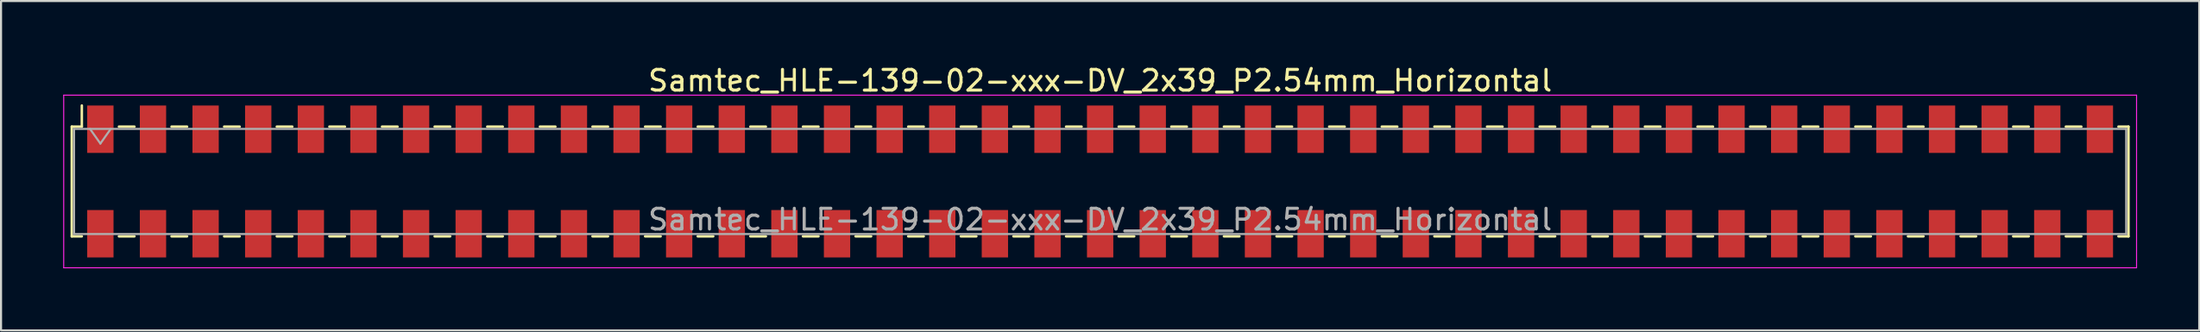
<source format=kicad_pcb>
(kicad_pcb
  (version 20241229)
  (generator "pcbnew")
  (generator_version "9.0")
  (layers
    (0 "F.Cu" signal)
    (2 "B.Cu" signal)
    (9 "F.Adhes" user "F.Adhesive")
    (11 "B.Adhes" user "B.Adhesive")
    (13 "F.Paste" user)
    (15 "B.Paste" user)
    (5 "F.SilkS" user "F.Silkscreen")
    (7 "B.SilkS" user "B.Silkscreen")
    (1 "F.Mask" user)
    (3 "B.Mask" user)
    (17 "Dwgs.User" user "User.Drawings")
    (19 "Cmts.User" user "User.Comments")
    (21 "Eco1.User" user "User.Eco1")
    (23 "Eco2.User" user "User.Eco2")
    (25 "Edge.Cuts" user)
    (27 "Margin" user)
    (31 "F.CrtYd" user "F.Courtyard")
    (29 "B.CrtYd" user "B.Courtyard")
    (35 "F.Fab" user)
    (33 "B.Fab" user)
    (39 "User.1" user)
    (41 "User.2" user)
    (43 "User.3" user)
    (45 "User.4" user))
  (footprint "Samtec_HLE-139-02-xxx-DV_2x39_P2.54mm_Horizontal"
    (layer "F.Cu")
    (at 50.055 5.718)
    (property "Reference" "Samtec_HLE-139-02-xxx-DV_2x39_P2.54mm_Horizontal" (at 0 -4.87 0) (layer "F.SilkS") (effects (font (size 1 1) (thickness 0.15))))
    (attr smd)
    (fp_line (start -49.64 -2.65) (end -49.64 2.65) (stroke (width 0.12) (type solid)) (layer "F.SilkS"))
    (fp_line (start -49.64 2.65) (end -49.155 2.65) (stroke (width 0.12) (type solid)) (layer "F.SilkS"))
    (fp_line (start -49.155 -3.67) (end -49.155 -2.65) (stroke (width 0.12) (type solid)) (layer "F.SilkS"))
    (fp_line (start -49.155 -2.65) (end -49.64 -2.65) (stroke (width 0.12) (type solid)) (layer "F.SilkS"))
    (fp_line (start -47.365 -2.65) (end -46.615 -2.65) (stroke (width 0.12) (type solid)) (layer "F.SilkS"))
    (fp_line (start -47.365 2.65) (end -46.615 2.65) (stroke (width 0.12) (type solid)) (layer "F.SilkS"))
    (fp_line (start -44.825 -2.65) (end -44.075 -2.65) (stroke (width 0.12) (type solid)) (layer "F.SilkS"))
    (fp_line (start -44.825 2.65) (end -44.075 2.65) (stroke (width 0.12) (type solid)) (layer "F.SilkS"))
    (fp_line (start -42.285 -2.65) (end -41.535 -2.65) (stroke (width 0.12) (type solid)) (layer "F.SilkS"))
    (fp_line (start -42.285 2.65) (end -41.535 2.65) (stroke (width 0.12) (type solid)) (layer "F.SilkS"))
    (fp_line (start -39.745 -2.65) (end -38.995 -2.65) (stroke (width 0.12) (type solid)) (layer "F.SilkS"))
    (fp_line (start -39.745 2.65) (end -38.995 2.65) (stroke (width 0.12) (type solid)) (layer "F.SilkS"))
    (fp_line (start -37.205 -2.65) (end -36.455 -2.65) (stroke (width 0.12) (type solid)) (layer "F.SilkS"))
    (fp_line (start -37.205 2.65) (end -36.455 2.65) (stroke (width 0.12) (type solid)) (layer "F.SilkS"))
    (fp_line (start -34.665 -2.65) (end -33.915 -2.65) (stroke (width 0.12) (type solid)) (layer "F.SilkS"))
    (fp_line (start -34.665 2.65) (end -33.915 2.65) (stroke (width 0.12) (type solid)) (layer "F.SilkS"))
    (fp_line (start -32.125 -2.65) (end -31.375 -2.65) (stroke (width 0.12) (type solid)) (layer "F.SilkS"))
    (fp_line (start -32.125 2.65) (end -31.375 2.65) (stroke (width 0.12) (type solid)) (layer "F.SilkS"))
    (fp_line (start -29.585 -2.65) (end -28.835 -2.65) (stroke (width 0.12) (type solid)) (layer "F.SilkS"))
    (fp_line (start -29.585 2.65) (end -28.835 2.65) (stroke (width 0.12) (type solid)) (layer "F.SilkS"))
    (fp_line (start -27.045 -2.65) (end -26.295 -2.65) (stroke (width 0.12) (type solid)) (layer "F.SilkS"))
    (fp_line (start -27.045 2.65) (end -26.295 2.65) (stroke (width 0.12) (type solid)) (layer "F.SilkS"))
    (fp_line (start -24.505 -2.65) (end -23.755 -2.65) (stroke (width 0.12) (type solid)) (layer "F.SilkS"))
    (fp_line (start -24.505 2.65) (end -23.755 2.65) (stroke (width 0.12) (type solid)) (layer "F.SilkS"))
    (fp_line (start -21.965 -2.65) (end -21.215 -2.65) (stroke (width 0.12) (type solid)) (layer "F.SilkS"))
    (fp_line (start -21.965 2.65) (end -21.215 2.65) (stroke (width 0.12) (type solid)) (layer "F.SilkS"))
    (fp_line (start -19.425 -2.65) (end -18.675 -2.65) (stroke (width 0.12) (type solid)) (layer "F.SilkS"))
    (fp_line (start -19.425 2.65) (end -18.675 2.65) (stroke (width 0.12) (type solid)) (layer "F.SilkS"))
    (fp_line (start -16.885 -2.65) (end -16.135 -2.65) (stroke (width 0.12) (type solid)) (layer "F.SilkS"))
    (fp_line (start -16.885 2.65) (end -16.135 2.65) (stroke (width 0.12) (type solid)) (layer "F.SilkS"))
    (fp_line (start -14.345 -2.65) (end -13.595 -2.65) (stroke (width 0.12) (type solid)) (layer "F.SilkS"))
    (fp_line (start -14.345 2.65) (end -13.595 2.65) (stroke (width 0.12) (type solid)) (layer "F.SilkS"))
    (fp_line (start -11.805 -2.65) (end -11.055 -2.65) (stroke (width 0.12) (type solid)) (layer "F.SilkS"))
    (fp_line (start -11.805 2.65) (end -11.055 2.65) (stroke (width 0.12) (type solid)) (layer "F.SilkS"))
    (fp_line (start -9.265 -2.65) (end -8.515 -2.65) (stroke (width 0.12) (type solid)) (layer "F.SilkS"))
    (fp_line (start -9.265 2.65) (end -8.515 2.65) (stroke (width 0.12) (type solid)) (layer "F.SilkS"))
    (fp_line (start -6.725 -2.65) (end -5.975 -2.65) (stroke (width 0.12) (type solid)) (layer "F.SilkS"))
    (fp_line (start -6.725 2.65) (end -5.975 2.65) (stroke (width 0.12) (type solid)) (layer "F.SilkS"))
    (fp_line (start -4.185 -2.65) (end -3.435 -2.65) (stroke (width 0.12) (type solid)) (layer "F.SilkS"))
    (fp_line (start -4.185 2.65) (end -3.435 2.65) (stroke (width 0.12) (type solid)) (layer "F.SilkS"))
    (fp_line (start -1.645 -2.65) (end -0.895 -2.65) (stroke (width 0.12) (type solid)) (layer "F.SilkS"))
    (fp_line (start -1.645 2.65) (end -0.895 2.65) (stroke (width 0.12) (type solid)) (layer "F.SilkS"))
    (fp_line (start 0.895 -2.65) (end 1.645 -2.65) (stroke (width 0.12) (type solid)) (layer "F.SilkS"))
    (fp_line (start 0.895 2.65) (end 1.645 2.65) (stroke (width 0.12) (type solid)) (layer "F.SilkS"))
    (fp_line (start 3.435 -2.65) (end 4.185 -2.65) (stroke (width 0.12) (type solid)) (layer "F.SilkS"))
    (fp_line (start 3.435 2.65) (end 4.185 2.65) (stroke (width 0.12) (type solid)) (layer "F.SilkS"))
    (fp_line (start 5.975 -2.65) (end 6.725 -2.65) (stroke (width 0.12) (type solid)) (layer "F.SilkS"))
    (fp_line (start 5.975 2.65) (end 6.725 2.65) (stroke (width 0.12) (type solid)) (layer "F.SilkS"))
    (fp_line (start 8.515 -2.65) (end 9.265 -2.65) (stroke (width 0.12) (type solid)) (layer "F.SilkS"))
    (fp_line (start 8.515 2.65) (end 9.265 2.65) (stroke (width 0.12) (type solid)) (layer "F.SilkS"))
    (fp_line (start 11.055 -2.65) (end 11.805 -2.65) (stroke (width 0.12) (type solid)) (layer "F.SilkS"))
    (fp_line (start 11.055 2.65) (end 11.805 2.65) (stroke (width 0.12) (type solid)) (layer "F.SilkS"))
    (fp_line (start 13.595 -2.65) (end 14.345 -2.65) (stroke (width 0.12) (type solid)) (layer "F.SilkS"))
    (fp_line (start 13.595 2.65) (end 14.345 2.65) (stroke (width 0.12) (type solid)) (layer "F.SilkS"))
    (fp_line (start 16.135 -2.65) (end 16.885 -2.65) (stroke (width 0.12) (type solid)) (layer "F.SilkS"))
    (fp_line (start 16.135 2.65) (end 16.885 2.65) (stroke (width 0.12) (type solid)) (layer "F.SilkS"))
    (fp_line (start 18.675 -2.65) (end 19.425 -2.65) (stroke (width 0.12) (type solid)) (layer "F.SilkS"))
    (fp_line (start 18.675 2.65) (end 19.425 2.65) (stroke (width 0.12) (type solid)) (layer "F.SilkS"))
    (fp_line (start 21.215 -2.65) (end 21.965 -2.65) (stroke (width 0.12) (type solid)) (layer "F.SilkS"))
    (fp_line (start 21.215 2.65) (end 21.965 2.65) (stroke (width 0.12) (type solid)) (layer "F.SilkS"))
    (fp_line (start 23.755 -2.65) (end 24.505 -2.65) (stroke (width 0.12) (type solid)) (layer "F.SilkS"))
    (fp_line (start 23.755 2.65) (end 24.505 2.65) (stroke (width 0.12) (type solid)) (layer "F.SilkS"))
    (fp_line (start 26.295 -2.65) (end 27.045 -2.65) (stroke (width 0.12) (type solid)) (layer "F.SilkS"))
    (fp_line (start 26.295 2.65) (end 27.045 2.65) (stroke (width 0.12) (type solid)) (layer "F.SilkS"))
    (fp_line (start 28.835 -2.65) (end 29.585 -2.65) (stroke (width 0.12) (type solid)) (layer "F.SilkS"))
    (fp_line (start 28.835 2.65) (end 29.585 2.65) (stroke (width 0.12) (type solid)) (layer "F.SilkS"))
    (fp_line (start 31.375 -2.65) (end 32.125 -2.65) (stroke (width 0.12) (type solid)) (layer "F.SilkS"))
    (fp_line (start 31.375 2.65) (end 32.125 2.65) (stroke (width 0.12) (type solid)) (layer "F.SilkS"))
    (fp_line (start 33.915 -2.65) (end 34.665 -2.65) (stroke (width 0.12) (type solid)) (layer "F.SilkS"))
    (fp_line (start 33.915 2.65) (end 34.665 2.65) (stroke (width 0.12) (type solid)) (layer "F.SilkS"))
    (fp_line (start 36.455 -2.65) (end 37.205 -2.65) (stroke (width 0.12) (type solid)) (layer "F.SilkS"))
    (fp_line (start 36.455 2.65) (end 37.205 2.65) (stroke (width 0.12) (type solid)) (layer "F.SilkS"))
    (fp_line (start 38.995 -2.65) (end 39.745 -2.65) (stroke (width 0.12) (type solid)) (layer "F.SilkS"))
    (fp_line (start 38.995 2.65) (end 39.745 2.65) (stroke (width 0.12) (type solid)) (layer "F.SilkS"))
    (fp_line (start 41.535 -2.65) (end 42.285 -2.65) (stroke (width 0.12) (type solid)) (layer "F.SilkS"))
    (fp_line (start 41.535 2.65) (end 42.285 2.65) (stroke (width 0.12) (type solid)) (layer "F.SilkS"))
    (fp_line (start 44.075 -2.65) (end 44.825 -2.65) (stroke (width 0.12) (type solid)) (layer "F.SilkS"))
    (fp_line (start 44.075 2.65) (end 44.825 2.65) (stroke (width 0.12) (type solid)) (layer "F.SilkS"))
    (fp_line (start 46.615 -2.65) (end 47.365 -2.65) (stroke (width 0.12) (type solid)) (layer "F.SilkS"))
    (fp_line (start 46.615 2.65) (end 47.365 2.65) (stroke (width 0.12) (type solid)) (layer "F.SilkS"))
    (fp_line (start 49.155 -2.65) (end 49.64 -2.65) (stroke (width 0.12) (type solid)) (layer "F.SilkS"))
    (fp_line (start 49.64 -2.65) (end 49.64 2.65) (stroke (width 0.12) (type solid)) (layer "F.SilkS"))
    (fp_line (start 49.64 2.65) (end 49.155 2.65) (stroke (width 0.12) (type solid)) (layer "F.SilkS"))
    (fp_line (start -50.03 -4.17) (end 50.03 -4.17) (stroke (width 0.05) (type solid)) (layer "F.CrtYd"))
    (fp_line (start -50.03 4.17) (end -50.03 -4.17) (stroke (width 0.05) (type solid)) (layer "F.CrtYd"))
    (fp_line (start 50.03 -4.17) (end 50.03 4.17) (stroke (width 0.05) (type solid)) (layer "F.CrtYd"))
    (fp_line (start 50.03 4.17) (end -50.03 4.17) (stroke (width 0.05) (type solid)) (layer "F.CrtYd"))
    (fp_line (start -49.53 -2.54) (end 49.53 -2.54) (stroke (width 0.1) (type solid)) (layer "F.Fab"))
    (fp_line (start -49.53 2.54) (end -49.53 -2.54) (stroke (width 0.1) (type solid)) (layer "F.Fab"))
    (fp_line (start -48.76 -2.54) (end -48.26 -1.833) (stroke (width 0.1) (type solid)) (layer "F.Fab"))
    (fp_line (start -48.26 -1.833) (end -47.76 -2.54) (stroke (width 0.1) (type solid)) (layer "F.Fab"))
    (fp_line (start 49.53 -2.54) (end 49.53 2.54) (stroke (width 0.1) (type solid)) (layer "F.Fab"))
    (fp_line (start 49.53 2.54) (end -49.53 2.54) (stroke (width 0.1) (type solid)) (layer "F.Fab"))
    (fp_text user "${REFERENCE}" (at 0 1.84 0) (layer "F.Fab") (effects (font (size 1 1) (thickness 0.15))))
    (pad "1" smd rect (at -48.26 -2.525) (size 1.27 2.29) (layers "F.Cu" "F.Mask" "F.Paste"))
    (pad "2" smd rect (at -48.26 2.525) (size 1.27 2.29) (layers "F.Cu" "F.Mask" "F.Paste"))
    (pad "3" smd rect (at -45.72 -2.525) (size 1.27 2.29) (layers "F.Cu" "F.Mask" "F.Paste"))
    (pad "4" smd rect (at -45.72 2.525) (size 1.27 2.29) (layers "F.Cu" "F.Mask" "F.Paste"))
    (pad "5" smd rect (at -43.18 -2.525) (size 1.27 2.29) (layers "F.Cu" "F.Mask" "F.Paste"))
    (pad "6" smd rect (at -43.18 2.525) (size 1.27 2.29) (layers "F.Cu" "F.Mask" "F.Paste"))
    (pad "7" smd rect (at -40.64 -2.525) (size 1.27 2.29) (layers "F.Cu" "F.Mask" "F.Paste"))
    (pad "8" smd rect (at -40.64 2.525) (size 1.27 2.29) (layers "F.Cu" "F.Mask" "F.Paste"))
    (pad "9" smd rect (at -38.1 -2.525) (size 1.27 2.29) (layers "F.Cu" "F.Mask" "F.Paste"))
    (pad "10" smd rect (at -38.1 2.525) (size 1.27 2.29) (layers "F.Cu" "F.Mask" "F.Paste"))
    (pad "11" smd rect (at -35.56 -2.525) (size 1.27 2.29) (layers "F.Cu" "F.Mask" "F.Paste"))
    (pad "12" smd rect (at -35.56 2.525) (size 1.27 2.29) (layers "F.Cu" "F.Mask" "F.Paste"))
    (pad "13" smd rect (at -33.02 -2.525) (size 1.27 2.29) (layers "F.Cu" "F.Mask" "F.Paste"))
    (pad "14" smd rect (at -33.02 2.525) (size 1.27 2.29) (layers "F.Cu" "F.Mask" "F.Paste"))
    (pad "15" smd rect (at -30.48 -2.525) (size 1.27 2.29) (layers "F.Cu" "F.Mask" "F.Paste"))
    (pad "16" smd rect (at -30.48 2.525) (size 1.27 2.29) (layers "F.Cu" "F.Mask" "F.Paste"))
    (pad "17" smd rect (at -27.94 -2.525) (size 1.27 2.29) (layers "F.Cu" "F.Mask" "F.Paste"))
    (pad "18" smd rect (at -27.94 2.525) (size 1.27 2.29) (layers "F.Cu" "F.Mask" "F.Paste"))
    (pad "19" smd rect (at -25.4 -2.525) (size 1.27 2.29) (layers "F.Cu" "F.Mask" "F.Paste"))
    (pad "20" smd rect (at -25.4 2.525) (size 1.27 2.29) (layers "F.Cu" "F.Mask" "F.Paste"))
    (pad "21" smd rect (at -22.86 -2.525) (size 1.27 2.29) (layers "F.Cu" "F.Mask" "F.Paste"))
    (pad "22" smd rect (at -22.86 2.525) (size 1.27 2.29) (layers "F.Cu" "F.Mask" "F.Paste"))
    (pad "23" smd rect (at -20.32 -2.525) (size 1.27 2.29) (layers "F.Cu" "F.Mask" "F.Paste"))
    (pad "24" smd rect (at -20.32 2.525) (size 1.27 2.29) (layers "F.Cu" "F.Mask" "F.Paste"))
    (pad "25" smd rect (at -17.78 -2.525) (size 1.27 2.29) (layers "F.Cu" "F.Mask" "F.Paste"))
    (pad "26" smd rect (at -17.78 2.525) (size 1.27 2.29) (layers "F.Cu" "F.Mask" "F.Paste"))
    (pad "27" smd rect (at -15.24 -2.525) (size 1.27 2.29) (layers "F.Cu" "F.Mask" "F.Paste"))
    (pad "28" smd rect (at -15.24 2.525) (size 1.27 2.29) (layers "F.Cu" "F.Mask" "F.Paste"))
    (pad "29" smd rect (at -12.7 -2.525) (size 1.27 2.29) (layers "F.Cu" "F.Mask" "F.Paste"))
    (pad "30" smd rect (at -12.7 2.525) (size 1.27 2.29) (layers "F.Cu" "F.Mask" "F.Paste"))
    (pad "31" smd rect (at -10.16 -2.525) (size 1.27 2.29) (layers "F.Cu" "F.Mask" "F.Paste"))
    (pad "32" smd rect (at -10.16 2.525) (size 1.27 2.29) (layers "F.Cu" "F.Mask" "F.Paste"))
    (pad "33" smd rect (at -7.62 -2.525) (size 1.27 2.29) (layers "F.Cu" "F.Mask" "F.Paste"))
    (pad "34" smd rect (at -7.62 2.525) (size 1.27 2.29) (layers "F.Cu" "F.Mask" "F.Paste"))
    (pad "35" smd rect (at -5.08 -2.525) (size 1.27 2.29) (layers "F.Cu" "F.Mask" "F.Paste"))
    (pad "36" smd rect (at -5.08 2.525) (size 1.27 2.29) (layers "F.Cu" "F.Mask" "F.Paste"))
    (pad "37" smd rect (at -2.54 -2.525) (size 1.27 2.29) (layers "F.Cu" "F.Mask" "F.Paste"))
    (pad "38" smd rect (at -2.54 2.525) (size 1.27 2.29) (layers "F.Cu" "F.Mask" "F.Paste"))
    (pad "39" smd rect (at 0 -2.525) (size 1.27 2.29) (layers "F.Cu" "F.Mask" "F.Paste"))
    (pad "40" smd rect (at 0 2.525) (size 1.27 2.29) (layers "F.Cu" "F.Mask" "F.Paste"))
    (pad "41" smd rect (at 2.54 -2.525) (size 1.27 2.29) (layers "F.Cu" "F.Mask" "F.Paste"))
    (pad "42" smd rect (at 2.54 2.525) (size 1.27 2.29) (layers "F.Cu" "F.Mask" "F.Paste"))
    (pad "43" smd rect (at 5.08 -2.525) (size 1.27 2.29) (layers "F.Cu" "F.Mask" "F.Paste"))
    (pad "44" smd rect (at 5.08 2.525) (size 1.27 2.29) (layers "F.Cu" "F.Mask" "F.Paste"))
    (pad "45" smd rect (at 7.62 -2.525) (size 1.27 2.29) (layers "F.Cu" "F.Mask" "F.Paste"))
    (pad "46" smd rect (at 7.62 2.525) (size 1.27 2.29) (layers "F.Cu" "F.Mask" "F.Paste"))
    (pad "47" smd rect (at 10.16 -2.525) (size 1.27 2.29) (layers "F.Cu" "F.Mask" "F.Paste"))
    (pad "48" smd rect (at 10.16 2.525) (size 1.27 2.29) (layers "F.Cu" "F.Mask" "F.Paste"))
    (pad "49" smd rect (at 12.7 -2.525) (size 1.27 2.29) (layers "F.Cu" "F.Mask" "F.Paste"))
    (pad "50" smd rect (at 12.7 2.525) (size 1.27 2.29) (layers "F.Cu" "F.Mask" "F.Paste"))
    (pad "51" smd rect (at 15.24 -2.525) (size 1.27 2.29) (layers "F.Cu" "F.Mask" "F.Paste"))
    (pad "52" smd rect (at 15.24 2.525) (size 1.27 2.29) (layers "F.Cu" "F.Mask" "F.Paste"))
    (pad "53" smd rect (at 17.78 -2.525) (size 1.27 2.29) (layers "F.Cu" "F.Mask" "F.Paste"))
    (pad "54" smd rect (at 17.78 2.525) (size 1.27 2.29) (layers "F.Cu" "F.Mask" "F.Paste"))
    (pad "55" smd rect (at 20.32 -2.525) (size 1.27 2.29) (layers "F.Cu" "F.Mask" "F.Paste"))
    (pad "56" smd rect (at 20.32 2.525) (size 1.27 2.29) (layers "F.Cu" "F.Mask" "F.Paste"))
    (pad "57" smd rect (at 22.86 -2.525) (size 1.27 2.29) (layers "F.Cu" "F.Mask" "F.Paste"))
    (pad "58" smd rect (at 22.86 2.525) (size 1.27 2.29) (layers "F.Cu" "F.Mask" "F.Paste"))
    (pad "59" smd rect (at 25.4 -2.525) (size 1.27 2.29) (layers "F.Cu" "F.Mask" "F.Paste"))
    (pad "60" smd rect (at 25.4 2.525) (size 1.27 2.29) (layers "F.Cu" "F.Mask" "F.Paste"))
    (pad "61" smd rect (at 27.94 -2.525) (size 1.27 2.29) (layers "F.Cu" "F.Mask" "F.Paste"))
    (pad "62" smd rect (at 27.94 2.525) (size 1.27 2.29) (layers "F.Cu" "F.Mask" "F.Paste"))
    (pad "63" smd rect (at 30.48 -2.525) (size 1.27 2.29) (layers "F.Cu" "F.Mask" "F.Paste"))
    (pad "64" smd rect (at 30.48 2.525) (size 1.27 2.29) (layers "F.Cu" "F.Mask" "F.Paste"))
    (pad "65" smd rect (at 33.02 -2.525) (size 1.27 2.29) (layers "F.Cu" "F.Mask" "F.Paste"))
    (pad "66" smd rect (at 33.02 2.525) (size 1.27 2.29) (layers "F.Cu" "F.Mask" "F.Paste"))
    (pad "67" smd rect (at 35.56 -2.525) (size 1.27 2.29) (layers "F.Cu" "F.Mask" "F.Paste"))
    (pad "68" smd rect (at 35.56 2.525) (size 1.27 2.29) (layers "F.Cu" "F.Mask" "F.Paste"))
    (pad "69" smd rect (at 38.1 -2.525) (size 1.27 2.29) (layers "F.Cu" "F.Mask" "F.Paste"))
    (pad "70" smd rect (at 38.1 2.525) (size 1.27 2.29) (layers "F.Cu" "F.Mask" "F.Paste"))
    (pad "71" smd rect (at 40.64 -2.525) (size 1.27 2.29) (layers "F.Cu" "F.Mask" "F.Paste"))
    (pad "72" smd rect (at 40.64 2.525) (size 1.27 2.29) (layers "F.Cu" "F.Mask" "F.Paste"))
    (pad "73" smd rect (at 43.18 -2.525) (size 1.27 2.29) (layers "F.Cu" "F.Mask" "F.Paste"))
    (pad "74" smd rect (at 43.18 2.525) (size 1.27 2.29) (layers "F.Cu" "F.Mask" "F.Paste"))
    (pad "75" smd rect (at 45.72 -2.525) (size 1.27 2.29) (layers "F.Cu" "F.Mask" "F.Paste"))
    (pad "76" smd rect (at 45.72 2.525) (size 1.27 2.29) (layers "F.Cu" "F.Mask" "F.Paste"))
    (pad "77" smd rect (at 48.26 -2.525) (size 1.27 2.29) (layers "F.Cu" "F.Mask" "F.Paste"))
    (pad "78" smd rect (at 48.26 2.525) (size 1.27 2.29) (layers "F.Cu" "F.Mask" "F.Paste")))
  (gr_rect
    (start -3 -3)
    (end 103.11 12.913)
    (stroke (width 0.1) (type default))
    (fill no)
    (layer "Edge.Cuts")))
</source>
